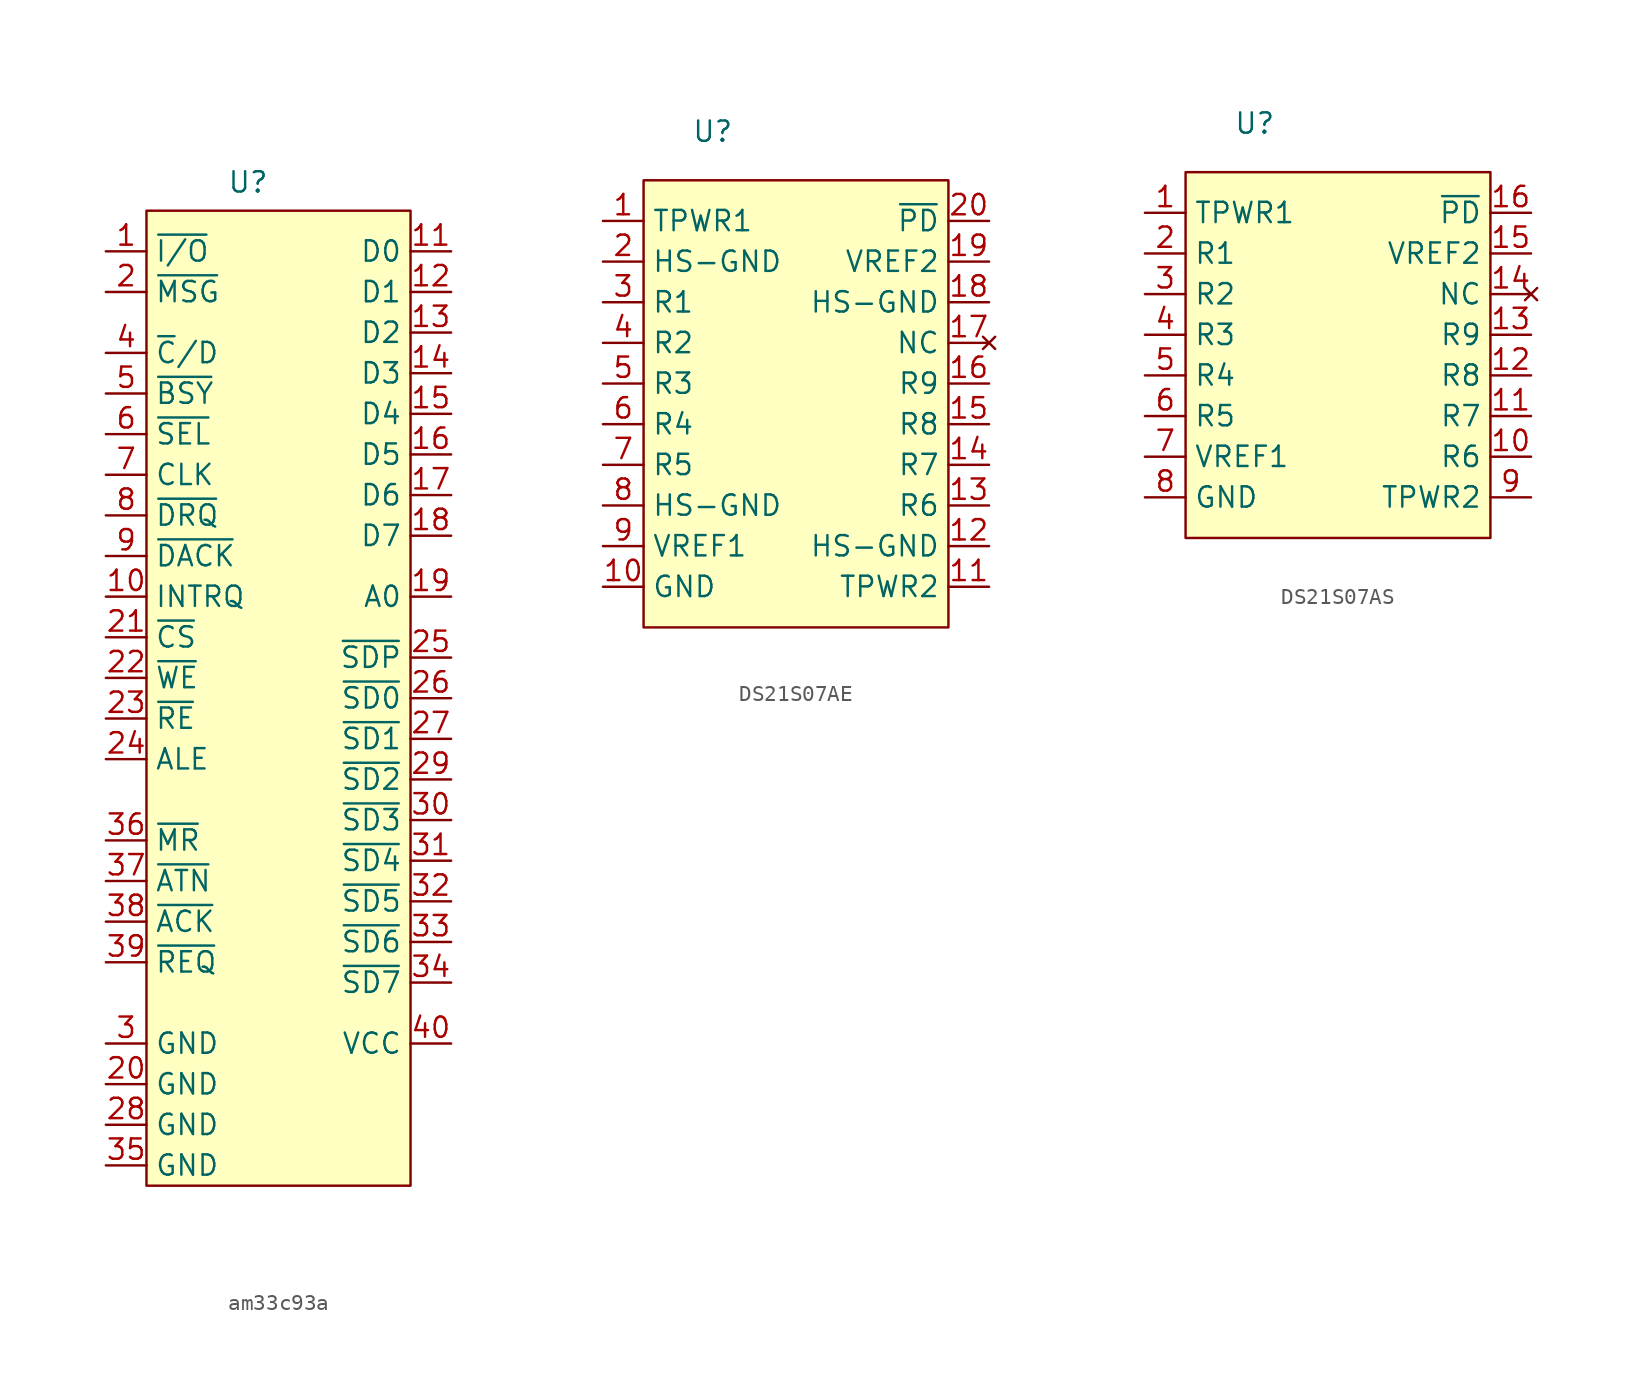
<source format=kicad_sym>
(kicad_symbol_lib
  (version 20231120)
  (generator "kicad_symbol_editor")
  (generator_version "8.0")
  (symbol "am33c93a"
    (property "Reference" "U"
      (at -1.27 27.178 0)
      (effects (font (size 1.27 1.27))))
    (property "Value" ""
      (at 0 0 0)
      (effects (font (size 1.27 1.27))))
    (symbol "am33c93a_1_1"
      (rectangle (start -7.62 25.4) (end 8.89 -35.56) (stroke (width 0) (type default)) (fill (type background)))
      (pin bidirectional line (at -10.16 22.86 0) (length 2.54) (name "~{I/O}" (effects (font (size 1.27 1.27)))) (number "1" (effects (font (size 1.27 1.27)))))
      (pin output line (at -10.16 1.27 0) (length 2.54) (name "INTRQ" (effects (font (size 1.27 1.27)))) (number "10" (effects (font (size 1.27 1.27)))))
      (pin bidirectional line (at 11.43 22.86 180) (length 2.54) (name "D0" (effects (font (size 1.27 1.27)))) (number "11" (effects (font (size 1.27 1.27)))))
      (pin bidirectional line (at 11.43 20.32 180) (length 2.54) (name "D1" (effects (font (size 1.27 1.27)))) (number "12" (effects (font (size 1.27 1.27)))))
      (pin bidirectional line (at 11.43 17.78 180) (length 2.54) (name "D2" (effects (font (size 1.27 1.27)))) (number "13" (effects (font (size 1.27 1.27)))))
      (pin bidirectional line (at 11.43 15.24 180) (length 2.54) (name "D3" (effects (font (size 1.27 1.27)))) (number "14" (effects (font (size 1.27 1.27)))))
      (pin bidirectional line (at 11.43 12.7 180) (length 2.54) (name "D4" (effects (font (size 1.27 1.27)))) (number "15" (effects (font (size 1.27 1.27)))))
      (pin bidirectional line (at 11.43 10.16 180) (length 2.54) (name "D5" (effects (font (size 1.27 1.27)))) (number "16" (effects (font (size 1.27 1.27)))))
      (pin bidirectional line (at 11.43 7.62 180) (length 2.54) (name "D6" (effects (font (size 1.27 1.27)))) (number "17" (effects (font (size 1.27 1.27)))))
      (pin bidirectional line (at 11.43 5.08 180) (length 2.54) (name "D7" (effects (font (size 1.27 1.27)))) (number "18" (effects (font (size 1.27 1.27)))))
      (pin input line (at 11.43 1.27 180) (length 2.54) (name "A0" (effects (font (size 1.27 1.27)))) (number "19" (effects (font (size 1.27 1.27)))))
      (pin bidirectional line (at -10.16 20.32 0) (length 2.54) (name "~{MSG}" (effects (font (size 1.27 1.27)))) (number "2" (effects (font (size 1.27 1.27)))))
      (pin power_in line (at -10.16 -29.21 0) (length 2.54) (name "GND" (effects (font (size 1.27 1.27)))) (number "20" (effects (font (size 1.27 1.27)))))
      (pin input line (at -10.16 -1.27 0) (length 2.54) (name "~{CS}" (effects (font (size 1.27 1.27)))) (number "21" (effects (font (size 1.27 1.27)))))
      (pin bidirectional line (at -10.16 -3.81 0) (length 2.54) (name "~{WE}" (effects (font (size 1.27 1.27)))) (number "22" (effects (font (size 1.27 1.27)))))
      (pin bidirectional line (at -10.16 -6.35 0) (length 2.54) (name "~{RE}" (effects (font (size 1.27 1.27)))) (number "23" (effects (font (size 1.27 1.27)))))
      (pin input line (at -10.16 -8.89 0) (length 2.54) (name "ALE" (effects (font (size 1.27 1.27)))) (number "24" (effects (font (size 1.27 1.27)))))
      (pin bidirectional line (at 11.43 -2.54 180) (length 2.54) (name "~{SDP}" (effects (font (size 1.27 1.27)))) (number "25" (effects (font (size 1.27 1.27)))))
      (pin bidirectional line (at 11.43 -5.08 180) (length 2.54) (name "~{SD0}" (effects (font (size 1.27 1.27)))) (number "26" (effects (font (size 1.27 1.27)))))
      (pin bidirectional line (at 11.43 -7.62 180) (length 2.54) (name "~{SD1}" (effects (font (size 1.27 1.27)))) (number "27" (effects (font (size 1.27 1.27)))))
      (pin power_in line (at -10.16 -31.75 0) (length 2.54) (name "GND" (effects (font (size 1.27 1.27)))) (number "28" (effects (font (size 1.27 1.27)))))
      (pin bidirectional line (at 11.43 -10.16 180) (length 2.54) (name "~{SD2}" (effects (font (size 1.27 1.27)))) (number "29" (effects (font (size 1.27 1.27)))))
      (pin power_in line (at -10.16 -26.67 0) (length 2.54) (name "GND" (effects (font (size 1.27 1.27)))) (number "3" (effects (font (size 1.27 1.27)))))
      (pin bidirectional line (at 11.43 -12.7 180) (length 2.54) (name "~{SD3}" (effects (font (size 1.27 1.27)))) (number "30" (effects (font (size 1.27 1.27)))))
      (pin bidirectional line (at 11.43 -15.24 180) (length 2.54) (name "~{SD4}" (effects (font (size 1.27 1.27)))) (number "31" (effects (font (size 1.27 1.27)))))
      (pin bidirectional line (at 11.43 -17.78 180) (length 2.54) (name "~{SD5}" (effects (font (size 1.27 1.27)))) (number "32" (effects (font (size 1.27 1.27)))))
      (pin bidirectional line (at 11.43 -20.32 180) (length 2.54) (name "~{SD6}" (effects (font (size 1.27 1.27)))) (number "33" (effects (font (size 1.27 1.27)))))
      (pin bidirectional line (at 11.43 -22.86 180) (length 2.54) (name "~{SD7}" (effects (font (size 1.27 1.27)))) (number "34" (effects (font (size 1.27 1.27)))))
      (pin power_in line (at -10.16 -34.29 0) (length 2.54) (name "GND" (effects (font (size 1.27 1.27)))) (number "35" (effects (font (size 1.27 1.27)))))
      (pin input line (at -10.16 -13.97 0) (length 2.54) (name "~{MR}" (effects (font (size 1.27 1.27)))) (number "36" (effects (font (size 1.27 1.27)))))
      (pin bidirectional line (at -10.16 -16.51 0) (length 2.54) (name "~{ATN}" (effects (font (size 1.27 1.27)))) (number "37" (effects (font (size 1.27 1.27)))))
      (pin input line (at -10.16 -19.05 0) (length 2.54) (name "~{ACK}" (effects (font (size 1.27 1.27)))) (number "38" (effects (font (size 1.27 1.27)))))
      (pin bidirectional line (at -10.16 -21.59 0) (length 2.54) (name "~{REQ}" (effects (font (size 1.27 1.27)))) (number "39" (effects (font (size 1.27 1.27)))))
      (pin bidirectional line (at -10.16 16.51 0) (length 2.54) (name "~{C}/D" (effects (font (size 1.27 1.27)))) (number "4" (effects (font (size 1.27 1.27)))))
      (pin power_in line (at 11.43 -26.67 180) (length 2.54) (name "VCC" (effects (font (size 1.27 1.27)))) (number "40" (effects (font (size 1.27 1.27)))))
      (pin bidirectional line (at -10.16 13.97 0) (length 2.54) (name "~{BSY}" (effects (font (size 1.27 1.27)))) (number "5" (effects (font (size 1.27 1.27)))))
      (pin bidirectional line (at -10.16 11.43 0) (length 2.54) (name "~{SEL}" (effects (font (size 1.27 1.27)))) (number "6" (effects (font (size 1.27 1.27)))))
      (pin input line (at -10.16 8.89 0) (length 2.54) (name "CLK" (effects (font (size 1.27 1.27)))) (number "7" (effects (font (size 1.27 1.27)))))
      (pin bidirectional line (at -10.16 6.35 0) (length 2.54) (name "~{DRQ}" (effects (font (size 1.27 1.27)))) (number "8" (effects (font (size 1.27 1.27)))))
      (pin bidirectional line (at -10.16 3.81 0) (length 2.54) (name "~{DACK}" (effects (font (size 1.27 1.27)))) (number "9" (effects (font (size 1.27 1.27)))))))
  (symbol "DS21S07AE"
    (property "Reference" "U"
      (at 3.048 0.508 0)
      (effects (font (size 1.27 1.27))))
    (property "Value" ""
      (at 0 0 0)
      (effects (font (size 1.27 1.27))))
    (symbol "DS21S07AE_1_1"
      (rectangle (start -1.27 -2.54) (end 17.78 -30.48) (stroke (width 0) (type default)) (fill (type background)))
      (pin power_in line (at -3.81 -5.08 0) (length 2.54) (name "TPWR1" (effects (font (size 1.27 1.27)))) (number "1" (effects (font (size 1.27 1.27)))))
      (pin power_in line (at -3.81 -27.94 0) (length 2.54) (name "GND" (effects (font (size 1.27 1.27)))) (number "10" (effects (font (size 1.27 1.27)))))
      (pin power_in line (at 20.32 -27.94 180) (length 2.54) (name "TPWR2" (effects (font (size 1.27 1.27)))) (number "11" (effects (font (size 1.27 1.27)))))
      (pin power_in line (at 20.32 -25.4 180) (length 2.54) (name "HS-GND" (effects (font (size 1.27 1.27)))) (number "12" (effects (font (size 1.27 1.27)))))
      (pin input line (at 20.32 -22.86 180) (length 2.54) (name "R6" (effects (font (size 1.27 1.27)))) (number "13" (effects (font (size 1.27 1.27)))))
      (pin input line (at 20.32 -20.32 180) (length 2.54) (name "R7" (effects (font (size 1.27 1.27)))) (number "14" (effects (font (size 1.27 1.27)))))
      (pin input line (at 20.32 -17.78 180) (length 2.54) (name "R8" (effects (font (size 1.27 1.27)))) (number "15" (effects (font (size 1.27 1.27)))))
      (pin input line (at 20.32 -15.24 180) (length 2.54) (name "R9" (effects (font (size 1.27 1.27)))) (number "16" (effects (font (size 1.27 1.27)))))
      (pin no_connect line (at 20.32 -12.7 180) (length 2.54) (name "NC" (effects (font (size 1.27 1.27)))) (number "17" (effects (font (size 1.27 1.27)))))
      (pin power_in line (at 20.32 -10.16 180) (length 2.54) (name "HS-GND" (effects (font (size 1.27 1.27)))) (number "18" (effects (font (size 1.27 1.27)))))
      (pin power_in line (at 20.32 -7.62 180) (length 2.54) (name "VREF2" (effects (font (size 1.27 1.27)))) (number "19" (effects (font (size 1.27 1.27)))))
      (pin power_in line (at -3.81 -7.62 0) (length 2.54) (name "HS-GND" (effects (font (size 1.27 1.27)))) (number "2" (effects (font (size 1.27 1.27)))))
      (pin input line (at 20.32 -5.08 180) (length 2.54) (name "~{PD}" (effects (font (size 1.27 1.27)))) (number "20" (effects (font (size 1.27 1.27)))))
      (pin input line (at -3.81 -10.16 0) (length 2.54) (name "R1" (effects (font (size 1.27 1.27)))) (number "3" (effects (font (size 1.27 1.27)))))
      (pin input line (at -3.81 -12.7 0) (length 2.54) (name "R2" (effects (font (size 1.27 1.27)))) (number "4" (effects (font (size 1.27 1.27)))))
      (pin input line (at -3.81 -15.24 0) (length 2.54) (name "R3" (effects (font (size 1.27 1.27)))) (number "5" (effects (font (size 1.27 1.27)))))
      (pin input line (at -3.81 -17.78 0) (length 2.54) (name "R4" (effects (font (size 1.27 1.27)))) (number "6" (effects (font (size 1.27 1.27)))))
      (pin input line (at -3.81 -20.32 0) (length 2.54) (name "R5" (effects (font (size 1.27 1.27)))) (number "7" (effects (font (size 1.27 1.27)))))
      (pin power_in line (at -3.81 -22.86 0) (length 2.54) (name "HS-GND" (effects (font (size 1.27 1.27)))) (number "8" (effects (font (size 1.27 1.27)))))
      (pin power_in line (at -3.81 -25.4 0) (length 2.54) (name "VREF1" (effects (font (size 1.27 1.27)))) (number "9" (effects (font (size 1.27 1.27)))))))
  (symbol "DS21S07AS"
    (property "Reference" "U"
      (at 3.048 0.508 0)
      (effects (font (size 1.27 1.27))))
    (property "Value" ""
      (at 0 0 0)
      (effects (font (size 1.27 1.27))))
    (symbol "DS21S07AS_1_1"
      (rectangle (start -1.27 -2.54) (end 17.78 -25.4) (stroke (width 0) (type default)) (fill (type background)))
      (pin power_in line (at -3.81 -5.08 0) (length 2.54) (name "TPWR1" (effects (font (size 1.27 1.27)))) (number "1" (effects (font (size 1.27 1.27)))))
      (pin output line (at 20.32 -20.32 180) (length 2.54) (name "R6" (effects (font (size 1.27 1.27)))) (number "10" (effects (font (size 1.27 1.27)))))
      (pin output line (at 20.32 -17.78 180) (length 2.54) (name "R7" (effects (font (size 1.27 1.27)))) (number "11" (effects (font (size 1.27 1.27)))))
      (pin output line (at 20.32 -15.24 180) (length 2.54) (name "R8" (effects (font (size 1.27 1.27)))) (number "12" (effects (font (size 1.27 1.27)))))
      (pin output line (at 20.32 -12.7 180) (length 2.54) (name "R9" (effects (font (size 1.27 1.27)))) (number "13" (effects (font (size 1.27 1.27)))))
      (pin no_connect line (at 20.32 -10.16 180) (length 2.54) (name "NC" (effects (font (size 1.27 1.27)))) (number "14" (effects (font (size 1.27 1.27)))))
      (pin power_in line (at 20.32 -7.62 180) (length 2.54) (name "VREF2" (effects (font (size 1.27 1.27)))) (number "15" (effects (font (size 1.27 1.27)))))
      (pin input line (at 20.32 -5.08 180) (length 2.54) (name "~{PD}" (effects (font (size 1.27 1.27)))) (number "16" (effects (font (size 1.27 1.27)))))
      (pin output line (at -3.81 -7.62 0) (length 2.54) (name "R1" (effects (font (size 1.27 1.27)))) (number "2" (effects (font (size 1.27 1.27)))))
      (pin output line (at -3.81 -10.16 0) (length 2.54) (name "R2" (effects (font (size 1.27 1.27)))) (number "3" (effects (font (size 1.27 1.27)))))
      (pin output line (at -3.81 -12.7 0) (length 2.54) (name "R3" (effects (font (size 1.27 1.27)))) (number "4" (effects (font (size 1.27 1.27)))))
      (pin output line (at -3.81 -15.24 0) (length 2.54) (name "R4" (effects (font (size 1.27 1.27)))) (number "5" (effects (font (size 1.27 1.27)))))
      (pin output line (at -3.81 -17.78 0) (length 2.54) (name "R5" (effects (font (size 1.27 1.27)))) (number "6" (effects (font (size 1.27 1.27)))))
      (pin power_in line (at -3.81 -20.32 0) (length 2.54) (name "VREF1" (effects (font (size 1.27 1.27)))) (number "7" (effects (font (size 1.27 1.27)))))
      (pin power_in line (at -3.81 -22.86 0) (length 2.54) (name "GND" (effects (font (size 1.27 1.27)))) (number "8" (effects (font (size 1.27 1.27)))))
      (pin power_in line (at 20.32 -22.86 180) (length 2.54) (name "TPWR2" (effects (font (size 1.27 1.27)))) (number "9" (effects (font (size 1.27 1.27))))))))
</source>
